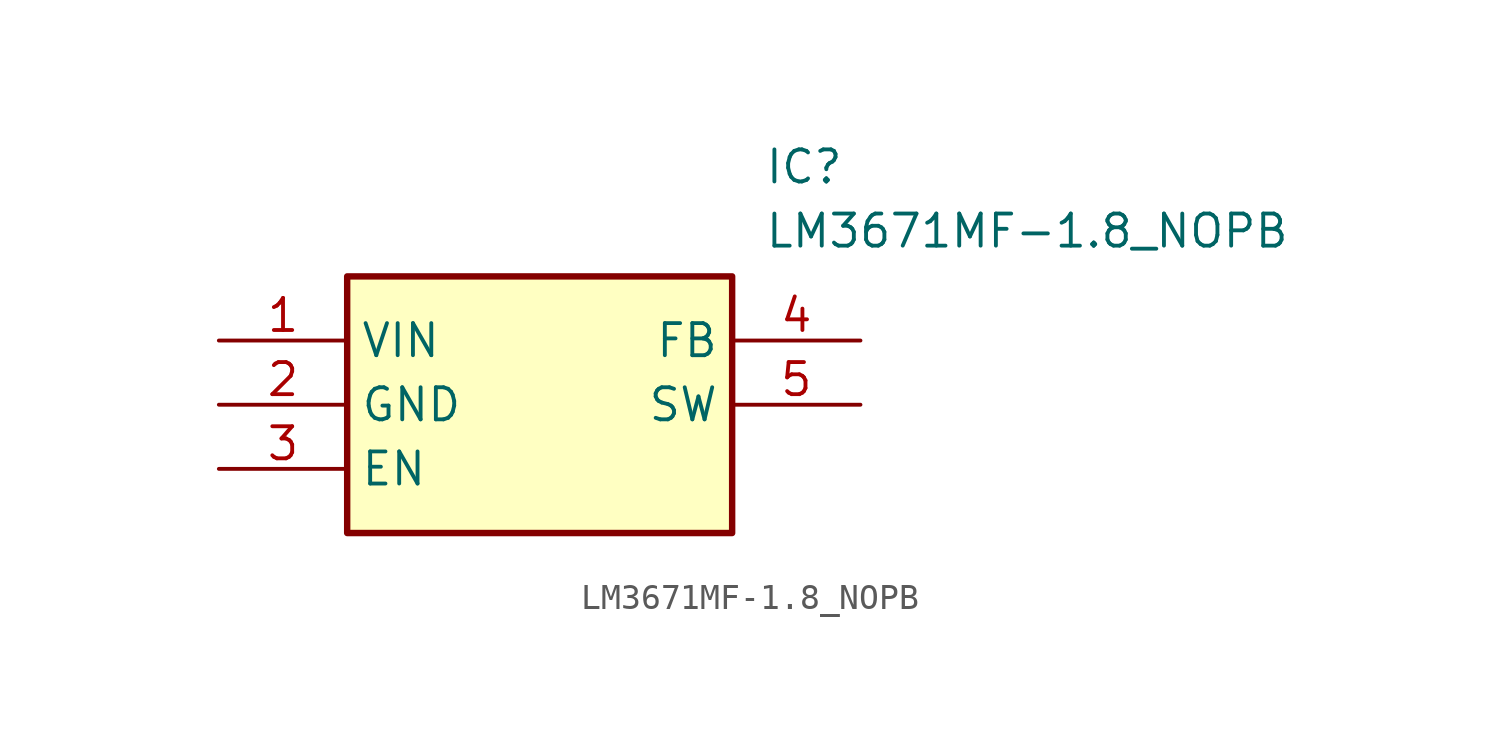
<source format=kicad_sym>
(kicad_symbol_lib
  (version 20211014)
  (generator SamacSys_ECAD_Model)
  (symbol "LM3671MF-1.8_NOPB"
    (property "Reference" "IC"
      (at 21.59 7.62 0)
      (effects (font (size 1.27 1.27)) (justify left top)))
    (property "Value" "LM3671MF-1.8_NOPB"
      (at 21.59 5.08 0)
      (effects (font (size 1.27 1.27)) (justify left top)))
    (rectangle
      (start 5.08 2.54)
      (end 20.32 -7.62)
      (stroke (width 0.254) (type default))
      (fill (type background)))
    (pin input line
      (at 0 0 0)
      (length 5.08)
      (name "VIN" (effects (font (size 1.27 1.27))))
      (number "1" (effects (font (size 1.27 1.27)))))
    (pin power_in line
      (at 0 -2.54 0)
      (length 5.08)
      (name "GND" (effects (font (size 1.27 1.27))))
      (number "2" (effects (font (size 1.27 1.27)))))
    (pin passive line
      (at 0 -5.08 0)
      (length 5.08)
      (name "EN" (effects (font (size 1.27 1.27))))
      (number "3" (effects (font (size 1.27 1.27)))))
    (pin passive line
      (at 25.4 0 180)
      (length 5.08)
      (name "FB" (effects (font (size 1.27 1.27))))
      (number "4" (effects (font (size 1.27 1.27)))))
    (pin passive line
      (at 25.4 -2.54 180)
      (length 5.08)
      (name "SW" (effects (font (size 1.27 1.27))))
      (number "5" (effects (font (size 1.27 1.27)))))))
</source>
